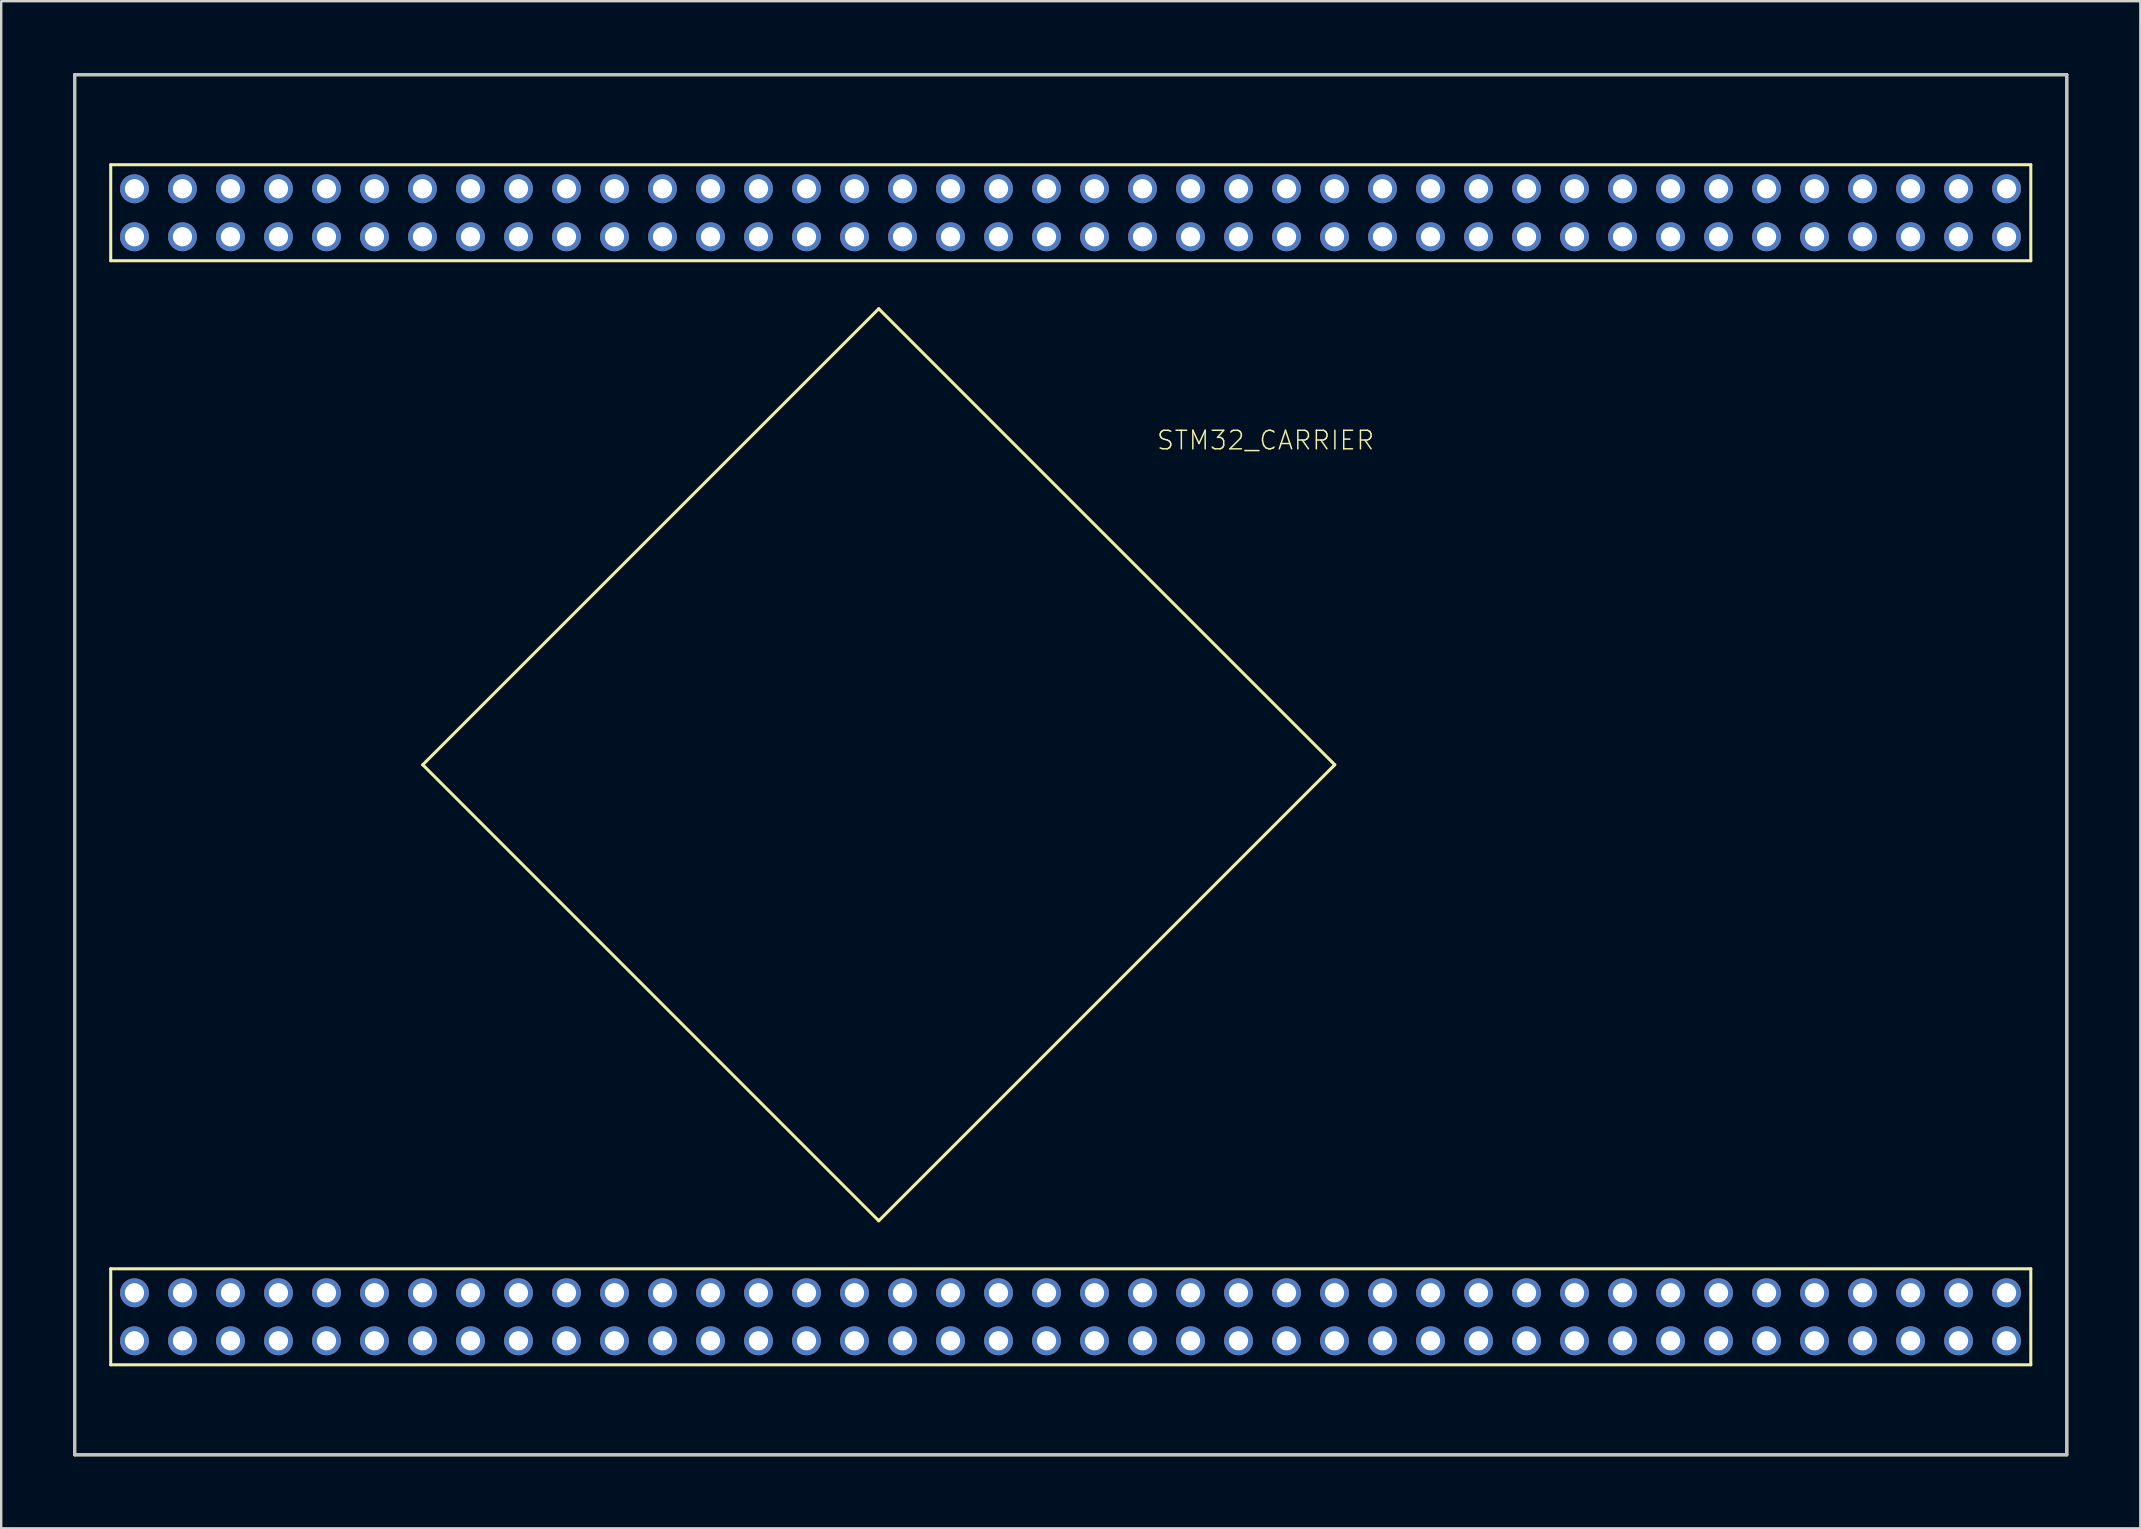
<source format=kicad_pcb>
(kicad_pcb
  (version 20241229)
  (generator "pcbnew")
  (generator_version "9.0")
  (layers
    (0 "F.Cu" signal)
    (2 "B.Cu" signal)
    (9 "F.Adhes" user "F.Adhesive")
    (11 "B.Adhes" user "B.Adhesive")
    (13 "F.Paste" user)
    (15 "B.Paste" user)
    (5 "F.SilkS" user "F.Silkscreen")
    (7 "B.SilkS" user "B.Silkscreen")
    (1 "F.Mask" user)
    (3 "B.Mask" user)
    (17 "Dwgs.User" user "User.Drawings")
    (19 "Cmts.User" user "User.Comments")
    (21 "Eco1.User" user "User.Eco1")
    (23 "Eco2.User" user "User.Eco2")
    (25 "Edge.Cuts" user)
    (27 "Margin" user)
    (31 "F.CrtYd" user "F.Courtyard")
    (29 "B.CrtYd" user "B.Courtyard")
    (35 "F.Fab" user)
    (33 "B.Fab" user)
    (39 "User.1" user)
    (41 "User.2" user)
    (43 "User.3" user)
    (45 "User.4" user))
  (footprint "STM32_CARRIER"
    (layer "F.Cu")
    (at 41.563 28.814)
    (property "Reference" "STM32_CARRIER" (at 12.7 -13.97 180) (layer "F.SilkS") (effects (font (size 0.772 0.772) (thickness 0.062)) (justify right top)))
    (attr through_hole)
    (fp_line (start -41.5 -28.75) (end -41.5 28.75) (stroke (width 0.127) (type solid)) (layer "F.SilkS"))
    (fp_line (start -41.5 28.75) (end 41.5 28.75) (stroke (width 0.127) (type solid)) (layer "F.SilkS"))
    (fp_line (start -40 -25) (end -40 -21) (stroke (width 0.127) (type solid)) (layer "F.SilkS"))
    (fp_line (start -40 -21) (end 40 -21) (stroke (width 0.127) (type solid)) (layer "F.SilkS"))
    (fp_line (start -40 21) (end -40 25) (stroke (width 0.127) (type solid)) (layer "F.SilkS"))
    (fp_line (start -40 25) (end 40 25) (stroke (width 0.127) (type solid)) (layer "F.SilkS"))
    (fp_line (start -27 0) (end -8 -19) (stroke (width 0.127) (type solid)) (layer "F.SilkS"))
    (fp_line (start -8 -19) (end 11 0) (stroke (width 0.127) (type solid)) (layer "F.SilkS"))
    (fp_line (start -8 19) (end -27 0) (stroke (width 0.127) (type solid)) (layer "F.SilkS"))
    (fp_line (start 11 0) (end -8 19) (stroke (width 0.127) (type solid)) (layer "F.SilkS"))
    (fp_line (start 40 -25) (end -40 -25) (stroke (width 0.127) (type solid)) (layer "F.SilkS"))
    (fp_line (start 40 -21) (end 40 -25) (stroke (width 0.127) (type solid)) (layer "F.SilkS"))
    (fp_line (start 40 21) (end -40 21) (stroke (width 0.127) (type solid)) (layer "F.SilkS"))
    (fp_line (start 40 25) (end 40 21) (stroke (width 0.127) (type solid)) (layer "F.SilkS"))
    (fp_line (start 41.5 -28.75) (end -41.5 -28.75) (stroke (width 0.127) (type solid)) (layer "F.SilkS"))
    (fp_line (start 41.5 28.75) (end 41.5 -28.75) (stroke (width 0.127) (type solid)) (layer "F.SilkS"))
    (fp_line (start -41.5 -28.75) (end -41.5 28.75) (stroke (width 0.127) (type solid)) (layer "Dwgs.User"))
    (fp_line (start -41.5 28.75) (end 41.5 28.75) (stroke (width 0.127) (type solid)) (layer "Dwgs.User"))
    (fp_line (start 41.5 -28.75) (end -41.5 -28.75) (stroke (width 0.127) (type solid)) (layer "Dwgs.User"))
    (fp_line (start 41.5 28.75) (end 41.5 -28.75) (stroke (width 0.127) (type solid)) (layer "Dwgs.User"))
    (pad "3.3V" thru_hole circle (at -39.01 -24) (size 1.206 1.206) (drill 0.8) (layers "*.Cu" "*.Mask"))
    (pad "3.3V" thru_hole circle (at -39.01 24) (size 1.206 1.206) (drill 0.8) (layers "*.Cu" "*.Mask"))
    (pad "3.3V" thru_hole circle (at -3.01 24) (size 1.206 1.206) (drill 0.8) (layers "*.Cu" "*.Mask"))
    (pad "3.3V" thru_hole circle (at -1.01 -24) (size 1.206 1.206) (drill 0.8) (layers "*.Cu" "*.Mask"))
    (pad "3.3V" thru_hole circle (at -1.01 24) (size 1.206 1.206) (drill 0.8) (layers "*.Cu" "*.Mask"))
    (pad "3.3V" thru_hole circle (at 0.99 -24) (size 1.206 1.206) (drill 0.8) (layers "*.Cu" "*.Mask"))
    (pad "5V-I" thru_hole circle (at 38.99 -22) (size 1.206 1.206) (drill 0.8) (layers "*.Cu" "*.Mask"))
    (pad "5V-I" thru_hole circle (at 38.99 22) (size 1.206 1.206) (drill 0.8) (layers "*.Cu" "*.Mask"))
    (pad "BOOT" thru_hole circle (at 28.99 24) (size 1.206 1.206) (drill 0.8) (layers "*.Cu" "*.Mask"))
    (pad "GND-" thru_hole circle (at -39.01 22) (size 1.206 1.206) (drill 0.8) (layers "*.Cu" "*.Mask"))
    (pad "GND-" thru_hole circle (at -3.01 -22) (size 1.206 1.206) (drill 0.8) (layers "*.Cu" "*.Mask"))
    (pad "GND-" thru_hole circle (at -1.01 -22) (size 1.206 1.206) (drill 0.8) (layers "*.Cu" "*.Mask"))
    (pad "GND-" thru_hole circle (at -1.01 22) (size 1.206 1.206) (drill 0.8) (layers "*.Cu" "*.Mask"))
    (pad "GND-" thru_hole circle (at 0.99 22) (size 1.206 1.206) (drill 0.8) (layers "*.Cu" "*.Mask"))
    (pad "GND-" thru_hole circle (at 38.99 -24) (size 1.206 1.206) (drill 0.8) (layers "*.Cu" "*.Mask"))
    (pad "GND-" thru_hole circle (at 38.99 24) (size 1.206 1.206) (drill 0.8) (layers "*.Cu" "*.Mask"))
    (pad "PA0" thru_hole circle (at 4.99 -22) (size 1.206 1.206) (drill 0.8) (layers "*.Cu" "*.Mask"))
    (pad "PA1" thru_hole circle (at 4.99 -24) (size 1.206 1.206) (drill 0.8) (layers "*.Cu" "*.Mask"))
    (pad "PA2" thru_hole circle (at 2.99 -22) (size 1.206 1.206) (drill 0.8) (layers "*.Cu" "*.Mask"))
    (pad "PA3" thru_hole circle (at -5.01 -24) (size 1.206 1.206) (drill 0.8) (layers "*.Cu" "*.Mask"))
    (pad "PA4" thru_hole circle (at -7.01 -22) (size 1.206 1.206) (drill 0.8) (layers "*.Cu" "*.Mask"))
    (pad "PA5" thru_hole circle (at -7.01 -24) (size 1.206 1.206) (drill 0.8) (layers "*.Cu" "*.Mask"))
    (pad "PA6" thru_hole circle (at -9.01 -22) (size 1.206 1.206) (drill 0.8) (layers "*.Cu" "*.Mask"))
    (pad "PA7" thru_hole circle (at -9.01 -24) (size 1.206 1.206) (drill 0.8) (layers "*.Cu" "*.Mask"))
    (pad "PA8" thru_hole circle (at -13.01 24) (size 1.206 1.206) (drill 0.8) (layers "*.Cu" "*.Mask"))
    (pad "PA9" thru_hole circle (at -13.01 22) (size 1.206 1.206) (drill 0.8) (layers "*.Cu" "*.Mask"))
    (pad "PA10" thru_hole circle (at -11.01 24) (size 1.206 1.206) (drill 0.8) (layers "*.Cu" "*.Mask"))
    (pad "PA11" thru_hole circle (at -11.01 22) (size 1.206 1.206) (drill 0.8) (layers "*.Cu" "*.Mask"))
    (pad "PA12" thru_hole circle (at -9.01 24) (size 1.206 1.206) (drill 0.8) (layers "*.Cu" "*.Mask"))
    (pad "PA13" thru_hole circle (at -9.01 22) (size 1.206 1.206) (drill 0.8) (layers "*.Cu" "*.Mask"))
    (pad "PA14" thru_hole circle (at 2.99 22) (size 1.206 1.206) (drill 0.8) (layers "*.Cu" "*.Mask"))
    (pad "PA15" thru_hole circle (at 4.99 24) (size 1.206 1.206) (drill 0.8) (layers "*.Cu" "*.Mask"))
    (pad "PB0" thru_hole circle (at -13.01 -22) (size 1.206 1.206) (drill 0.8) (layers "*.Cu" "*.Mask"))
    (pad "PB1" thru_hole circle (at -13.01 -24) (size 1.206 1.206) (drill 0.8) (layers "*.Cu" "*.Mask"))
    (pad "PB2" thru_hole circle (at -15.01 -22) (size 1.206 1.206) (drill 0.8) (layers "*.Cu" "*.Mask"))
    (pad "PB3" thru_hole circle (at 22.99 22) (size 1.206 1.206) (drill 0.8) (layers "*.Cu" "*.Mask"))
    (pad "PB4" thru_hole circle (at 24.99 24) (size 1.206 1.206) (drill 0.8) (layers "*.Cu" "*.Mask"))
    (pad "PB5" thru_hole circle (at 24.99 22) (size 1.206 1.206) (drill 0.8) (layers "*.Cu" "*.Mask"))
    (pad "PB6" thru_hole circle (at 26.99 24) (size 1.206 1.206) (drill 0.8) (layers "*.Cu" "*.Mask"))
    (pad "PB7" thru_hole circle (at 26.99 22) (size 1.206 1.206) (drill 0.8) (layers "*.Cu" "*.Mask"))
    (pad "PB8" thru_hole circle (at 28.99 22) (size 1.206 1.206) (drill 0.8) (layers "*.Cu" "*.Mask"))
    (pad "PB9" thru_hole circle (at 30.99 24) (size 1.206 1.206) (drill 0.8) (layers "*.Cu" "*.Mask"))
    (pad "PB10" thru_hole circle (at -31.01 -24) (size 1.206 1.206) (drill 0.8) (layers "*.Cu" "*.Mask"))
    (pad "PB11" thru_hole circle (at -33.01 -22) (size 1.206 1.206) (drill 0.8) (layers "*.Cu" "*.Mask"))
    (pad "PB12" thru_hole circle (at -37.01 22) (size 1.206 1.206) (drill 0.8) (layers "*.Cu" "*.Mask"))
    (pad "PB13" thru_hole circle (at -35.01 24) (size 1.206 1.206) (drill 0.8) (layers "*.Cu" "*.Mask"))
    (pad "PB14" thru_hole circle (at -35.01 22) (size 1.206 1.206) (drill 0.8) (layers "*.Cu" "*.Mask"))
    (pad "PB15" thru_hole circle (at -33.01 24) (size 1.206 1.206) (drill 0.8) (layers "*.Cu" "*.Mask"))
    (pad "PC0" thru_hole circle (at 10.99 -22) (size 1.206 1.206) (drill 0.8) (layers "*.Cu" "*.Mask"))
    (pad "PC1" thru_hole circle (at 8.99 -24) (size 1.206 1.206) (drill 0.8) (layers "*.Cu" "*.Mask"))
    (pad "PC2" thru_hole circle (at 8.99 -22) (size 1.206 1.206) (drill 0.8) (layers "*.Cu" "*.Mask"))
    (pad "PC3" thru_hole circle (at 6.99 -24) (size 1.206 1.206) (drill 0.8) (layers "*.Cu" "*.Mask"))
    (pad "PC4" thru_hole circle (at -11.01 -22) (size 1.206 1.206) (drill 0.8) (layers "*.Cu" "*.Mask"))
    (pad "PC5" thru_hole circle (at -11.01 -24) (size 1.206 1.206) (drill 0.8) (layers "*.Cu" "*.Mask"))
    (pad "PC6" thru_hole circle (at -17.01 24) (size 1.206 1.206) (drill 0.8) (layers "*.Cu" "*.Mask"))
    (pad "PC7" thru_hole circle (at -17.01 22) (size 1.206 1.206) (drill 0.8) (layers "*.Cu" "*.Mask"))
    (pad "PC8" thru_hole circle (at -15.01 24) (size 1.206 1.206) (drill 0.8) (layers "*.Cu" "*.Mask"))
    (pad "PC9" thru_hole circle (at -15.01 22) (size 1.206 1.206) (drill 0.8) (layers "*.Cu" "*.Mask"))
    (pad "PC10" thru_hole circle (at 4.99 22) (size 1.206 1.206) (drill 0.8) (layers "*.Cu" "*.Mask"))
    (pad "PC11" thru_hole circle (at 6.99 24) (size 1.206 1.206) (drill 0.8) (layers "*.Cu" "*.Mask"))
    (pad "PC12" thru_hole circle (at 6.99 22) (size 1.206 1.206) (drill 0.8) (layers "*.Cu" "*.Mask"))
    (pad "PC13" thru_hole circle (at 30.99 -22) (size 1.206 1.206) (drill 0.8) (layers "*.Cu" "*.Mask"))
    (pad "PC14" thru_hole circle (at 28.99 -24) (size 1.206 1.206) (drill 0.8) (layers "*.Cu" "*.Mask"))
    (pad "PC15" thru_hole circle (at 28.99 -22) (size 1.206 1.206) (drill 0.8) (layers "*.Cu" "*.Mask"))
    (pad "PD0" thru_hole circle (at 8.99 24) (size 1.206 1.206) (drill 0.8) (layers "*.Cu" "*.Mask"))
    (pad "PD1" thru_hole circle (at 8.99 22) (size 1.206 1.206) (drill 0.8) (layers "*.Cu" "*.Mask"))
    (pad "PD2" thru_hole circle (at 10.99 24) (size 1.206 1.206) (drill 0.8) (layers "*.Cu" "*.Mask"))
    (pad "PD3" thru_hole circle (at 10.99 22) (size 1.206 1.206) (drill 0.8) (layers "*.Cu" "*.Mask"))
    (pad "PD4" thru_hole circle (at 12.99 24) (size 1.206 1.206) (drill 0.8) (layers "*.Cu" "*.Mask"))
    (pad "PD5" thru_hole circle (at 12.99 22) (size 1.206 1.206) (drill 0.8) (layers "*.Cu" "*.Mask"))
    (pad "PD6" thru_hole circle (at 14.99 24) (size 1.206 1.206) (drill 0.8) (layers "*.Cu" "*.Mask"))
    (pad "PD7" thru_hole circle (at 14.99 22) (size 1.206 1.206) (drill 0.8) (layers "*.Cu" "*.Mask"))
    (pad "PD8" thru_hole circle (at -33.01 22) (size 1.206 1.206) (drill 0.8) (layers "*.Cu" "*.Mask"))
    (pad "PD9" thru_hole circle (at -31.01 24) (size 1.206 1.206) (drill 0.8) (layers "*.Cu" "*.Mask"))
    (pad "PD10" thru_hole circle (at -31.01 22) (size 1.206 1.206) (drill 0.8) (layers "*.Cu" "*.Mask"))
    (pad "PD11" thru_hole circle (at -29.01 24) (size 1.206 1.206) (drill 0.8) (layers "*.Cu" "*.Mask"))
    (pad "PD12" thru_hole circle (at -29.01 22) (size 1.206 1.206) (drill 0.8) (layers "*.Cu" "*.Mask"))
    (pad "PD13" thru_hole circle (at -27.01 24) (size 1.206 1.206) (drill 0.8) (layers "*.Cu" "*.Mask"))
    (pad "PD14" thru_hole circle (at -27.01 22) (size 1.206 1.206) (drill 0.8) (layers "*.Cu" "*.Mask"))
    (pad "PD15" thru_hole circle (at -25.01 24) (size 1.206 1.206) (drill 0.8) (layers "*.Cu" "*.Mask"))
    (pad "PDR" thru_hole circle (at 32.99 22) (size 1.206 1.206) (drill 0.8) (layers "*.Cu" "*.Mask"))
    (pad "PE0" thru_hole circle (at 30.99 22) (size 1.206 1.206) (drill 0.8) (layers "*.Cu" "*.Mask"))
    (pad "PE1" thru_hole circle (at 32.99 24) (size 1.206 1.206) (drill 0.8) (layers "*.Cu" "*.Mask"))
    (pad "PE2" thru_hole circle (at 36.99 -24) (size 1.206 1.206) (drill 0.8) (layers "*.Cu" "*.Mask"))
    (pad "PE3" thru_hole circle (at 36.99 -22) (size 1.206 1.206) (drill 0.8) (layers "*.Cu" "*.Mask"))
    (pad "PE4" thru_hole circle (at 34.99 -24) (size 1.206 1.206) (drill 0.8) (layers "*.Cu" "*.Mask"))
    (pad "PE5" thru_hole circle (at 34.99 -22) (size 1.206 1.206) (drill 0.8) (layers "*.Cu" "*.Mask"))
    (pad "PE6" thru_hole circle (at 32.99 -24) (size 1.206 1.206) (drill 0.8) (layers "*.Cu" "*.Mask"))
    (pad "PE7" thru_hole circle (at -23.01 -22) (size 1.206 1.206) (drill 0.8) (layers "*.Cu" "*.Mask"))
    (pad "PE8" thru_hole circle (at -23.01 -24) (size 1.206 1.206) (drill 0.8) (layers "*.Cu" "*.Mask"))
    (pad "PE9" thru_hole circle (at -25.01 -22) (size 1.206 1.206) (drill 0.8) (layers "*.Cu" "*.Mask"))
    (pad "PE10" thru_hole circle (at -25.01 -24) (size 1.206 1.206) (drill 0.8) (layers "*.Cu" "*.Mask"))
    (pad "PE11" thru_hole circle (at -27.01 -22) (size 1.206 1.206) (drill 0.8) (layers "*.Cu" "*.Mask"))
    (pad "PE12" thru_hole circle (at -27.01 -24) (size 1.206 1.206) (drill 0.8) (layers "*.Cu" "*.Mask"))
    (pad "PE13" thru_hole circle (at -29.01 -22) (size 1.206 1.206) (drill 0.8) (layers "*.Cu" "*.Mask"))
    (pad "PE14" thru_hole circle (at -29.01 -24) (size 1.206 1.206) (drill 0.8) (layers "*.Cu" "*.Mask"))
    (pad "PE15" thru_hole circle (at -31.01 -22) (size 1.206 1.206) (drill 0.8) (layers "*.Cu" "*.Mask"))
    (pad "PF0" thru_hole circle (at 24.99 -22) (size 1.206 1.206) (drill 0.8) (layers "*.Cu" "*.Mask"))
    (pad "PF1" thru_hole circle (at 22.99 -24) (size 1.206 1.206) (drill 0.8) (layers "*.Cu" "*.Mask"))
    (pad "PF2" thru_hole circle (at 22.99 -22) (size 1.206 1.206) (drill 0.8) (layers "*.Cu" "*.Mask"))
    (pad "PF3" thru_hole circle (at 20.99 -24) (size 1.206 1.206) (drill 0.8) (layers "*.Cu" "*.Mask"))
    (pad "PF4" thru_hole circle (at 20.99 -22) (size 1.206 1.206) (drill 0.8) (layers "*.Cu" "*.Mask"))
    (pad "PF5" thru_hole circle (at 18.99 -24) (size 1.206 1.206) (drill 0.8) (layers "*.Cu" "*.Mask"))
    (pad "PF6" thru_hole circle (at 18.99 -22) (size 1.206 1.206) (drill 0.8) (layers "*.Cu" "*.Mask"))
    (pad "PF7" thru_hole circle (at 16.99 -24) (size 1.206 1.206) (drill 0.8) (layers "*.Cu" "*.Mask"))
    (pad "PF8" thru_hole circle (at 16.99 -22) (size 1.206 1.206) (drill 0.8) (layers "*.Cu" "*.Mask"))
    (pad "PF9" thru_hole circle (at 14.99 -24) (size 1.206 1.206) (drill 0.8) (layers "*.Cu" "*.Mask"))
    (pad "PF10" thru_hole circle (at 14.99 -22) (size 1.206 1.206) (drill 0.8) (layers "*.Cu" "*.Mask"))
    (pad "PF11" thru_hole circle (at -15.01 -24) (size 1.206 1.206) (drill 0.8) (layers "*.Cu" "*.Mask"))
    (pad "PF12" thru_hole circle (at -17.01 -22) (size 1.206 1.206) (drill 0.8) (layers "*.Cu" "*.Mask"))
    (pad "PF13" thru_hole circle (at -17.01 -24) (size 1.206 1.206) (drill 0.8) (layers "*.Cu" "*.Mask"))
    (pad "PF14" thru_hole circle (at -19.01 -22) (size 1.206 1.206) (drill 0.8) (layers "*.Cu" "*.Mask"))
    (pad "PF15" thru_hole circle (at -19.01 -24) (size 1.206 1.206) (drill 0.8) (layers "*.Cu" "*.Mask"))
    (pad "PG0" thru_hole circle (at -21.01 -22) (size 1.206 1.206) (drill 0.8) (layers "*.Cu" "*.Mask"))
    (pad "PG1" thru_hole circle (at -21.01 -24) (size 1.206 1.206) (drill 0.8) (layers "*.Cu" "*.Mask"))
    (pad "PG2" thru_hole circle (at -25.01 22) (size 1.206 1.206) (drill 0.8) (layers "*.Cu" "*.Mask"))
    (pad "PG3" thru_hole circle (at -23.01 24) (size 1.206 1.206) (drill 0.8) (layers "*.Cu" "*.Mask"))
    (pad "PG4" thru_hole circle (at -23.01 22) (size 1.206 1.206) (drill 0.8) (layers "*.Cu" "*.Mask"))
    (pad "PG5" thru_hole circle (at -21.01 24) (size 1.206 1.206) (drill 0.8) (layers "*.Cu" "*.Mask"))
    (pad "PG6" thru_hole circle (at -21.01 22) (size 1.206 1.206) (drill 0.8) (layers "*.Cu" "*.Mask"))
    (pad "PG7" thru_hole circle (at -19.01 24) (size 1.206 1.206) (drill 0.8) (layers "*.Cu" "*.Mask"))
    (pad "PG8" thru_hole circle (at -19.01 22) (size 1.206 1.206) (drill 0.8) (layers "*.Cu" "*.Mask"))
    (pad "PG9" thru_hole circle (at 16.99 24) (size 1.206 1.206) (drill 0.8) (layers "*.Cu" "*.Mask"))
    (pad "PG10" thru_hole circle (at 16.99 22) (size 1.206 1.206) (drill 0.8) (layers "*.Cu" "*.Mask"))
    (pad "PG11" thru_hole circle (at 18.99 24) (size 1.206 1.206) (drill 0.8) (layers "*.Cu" "*.Mask"))
    (pad "PG12" thru_hole circle (at 18.99 22) (size 1.206 1.206) (drill 0.8) (layers "*.Cu" "*.Mask"))
    (pad "PG13" thru_hole circle (at 20.99 24) (size 1.206 1.206) (drill 0.8) (layers "*.Cu" "*.Mask"))
    (pad "PG14" thru_hole circle (at 20.99 22) (size 1.206 1.206) (drill 0.8) (layers "*.Cu" "*.Mask"))
    (pad "PG15" thru_hole circle (at 22.99 24) (size 1.206 1.206) (drill 0.8) (layers "*.Cu" "*.Mask"))
    (pad "PH0" thru_hole circle (at 12.99 -24) (size 1.206 1.206) (drill 0.8) (layers "*.Cu" "*.Mask"))
    (pad "PH1" thru_hole circle (at 12.99 -22) (size 1.206 1.206) (drill 0.8) (layers "*.Cu" "*.Mask"))
    (pad "PH2" thru_hole circle (at 2.99 -24) (size 1.206 1.206) (drill 0.8) (layers "*.Cu" "*.Mask"))
    (pad "PH3" thru_hole circle (at 0.99 -22) (size 1.206 1.206) (drill 0.8) (layers "*.Cu" "*.Mask"))
    (pad "PH4" thru_hole circle (at -3.01 -24) (size 1.206 1.206) (drill 0.8) (layers "*.Cu" "*.Mask"))
    (pad "PH5" thru_hole circle (at -5.01 -22) (size 1.206 1.206) (drill 0.8) (layers "*.Cu" "*.Mask"))
    (pad "PH6" thru_hole circle (at -33.01 -24) (size 1.206 1.206) (drill 0.8) (layers "*.Cu" "*.Mask"))
    (pad "PH7" thru_hole circle (at -35.01 -22) (size 1.206 1.206) (drill 0.8) (layers "*.Cu" "*.Mask"))
    (pad "PH8" thru_hole circle (at -35.01 -24) (size 1.206 1.206) (drill 0.8) (layers "*.Cu" "*.Mask"))
    (pad "PH9" thru_hole circle (at -37.01 -22) (size 1.206 1.206) (drill 0.8) (layers "*.Cu" "*.Mask"))
    (pad "PH10" thru_hole circle (at -37.01 -24) (size 1.206 1.206) (drill 0.8) (layers "*.Cu" "*.Mask"))
    (pad "PH11" thru_hole circle (at -39.01 -22) (size 1.206 1.206) (drill 0.8) (layers "*.Cu" "*.Mask"))
    (pad "PH12" thru_hole circle (at -37.01 24) (size 1.206 1.206) (drill 0.8) (layers "*.Cu" "*.Mask"))
    (pad "PH13" thru_hole circle (at -7.01 22) (size 1.206 1.206) (drill 0.8) (layers "*.Cu" "*.Mask"))
    (pad "PH14" thru_hole circle (at -7.01 24) (size 1.206 1.206) (drill 0.8) (layers "*.Cu" "*.Mask"))
    (pad "PH15" thru_hole circle (at -5.01 22) (size 1.206 1.206) (drill 0.8) (layers "*.Cu" "*.Mask"))
    (pad "PI0" thru_hole circle (at -5.01 24) (size 1.206 1.206) (drill 0.8) (layers "*.Cu" "*.Mask"))
    (pad "PI1" thru_hole circle (at -3.01 22) (size 1.206 1.206) (drill 0.8) (layers "*.Cu" "*.Mask"))
    (pad "PI2" thru_hole circle (at 0.99 24) (size 1.206 1.206) (drill 0.8) (layers "*.Cu" "*.Mask"))
    (pad "PI3" thru_hole circle (at 2.99 24) (size 1.206 1.206) (drill 0.8) (layers "*.Cu" "*.Mask"))
    (pad "PI4" thru_hole circle (at 34.99 24) (size 1.206 1.206) (drill 0.8) (layers "*.Cu" "*.Mask"))
    (pad "PI5" thru_hole circle (at 34.99 22) (size 1.206 1.206) (drill 0.8) (layers "*.Cu" "*.Mask"))
    (pad "PI6" thru_hole circle (at 36.99 24) (size 1.206 1.206) (drill 0.8) (layers "*.Cu" "*.Mask"))
    (pad "PI7" thru_hole circle (at 36.99 22) (size 1.206 1.206) (drill 0.8) (layers "*.Cu" "*.Mask"))
    (pad "PI8" thru_hole circle (at 30.99 -24) (size 1.206 1.206) (drill 0.8) (layers "*.Cu" "*.Mask"))
    (pad "PI9" thru_hole circle (at 26.99 -24) (size 1.206 1.206) (drill 0.8) (layers "*.Cu" "*.Mask"))
    (pad "PI10" thru_hole circle (at 26.99 -22) (size 1.206 1.206) (drill 0.8) (layers "*.Cu" "*.Mask"))
    (pad "PI11" thru_hole circle (at 24.99 -24) (size 1.206 1.206) (drill 0.8) (layers "*.Cu" "*.Mask"))
    (pad "RST" thru_hole circle (at 10.99 -24) (size 1.206 1.206) (drill 0.8) (layers "*.Cu" "*.Mask"))
    (pad "VBAT" thru_hole circle (at 32.99 -22) (size 1.206 1.206) (drill 0.8) (layers "*.Cu" "*.Mask"))
    (pad "VREF" thru_hole circle (at 6.99 -22) (size 1.206 1.206) (drill 0.8) (layers "*.Cu" "*.Mask")))
  (gr_rect
    (start -3 -3)
    (end 86.127 60.627)
    (stroke (width 0.1) (type default))
    (fill no)
    (layer "Edge.Cuts")))
</source>
